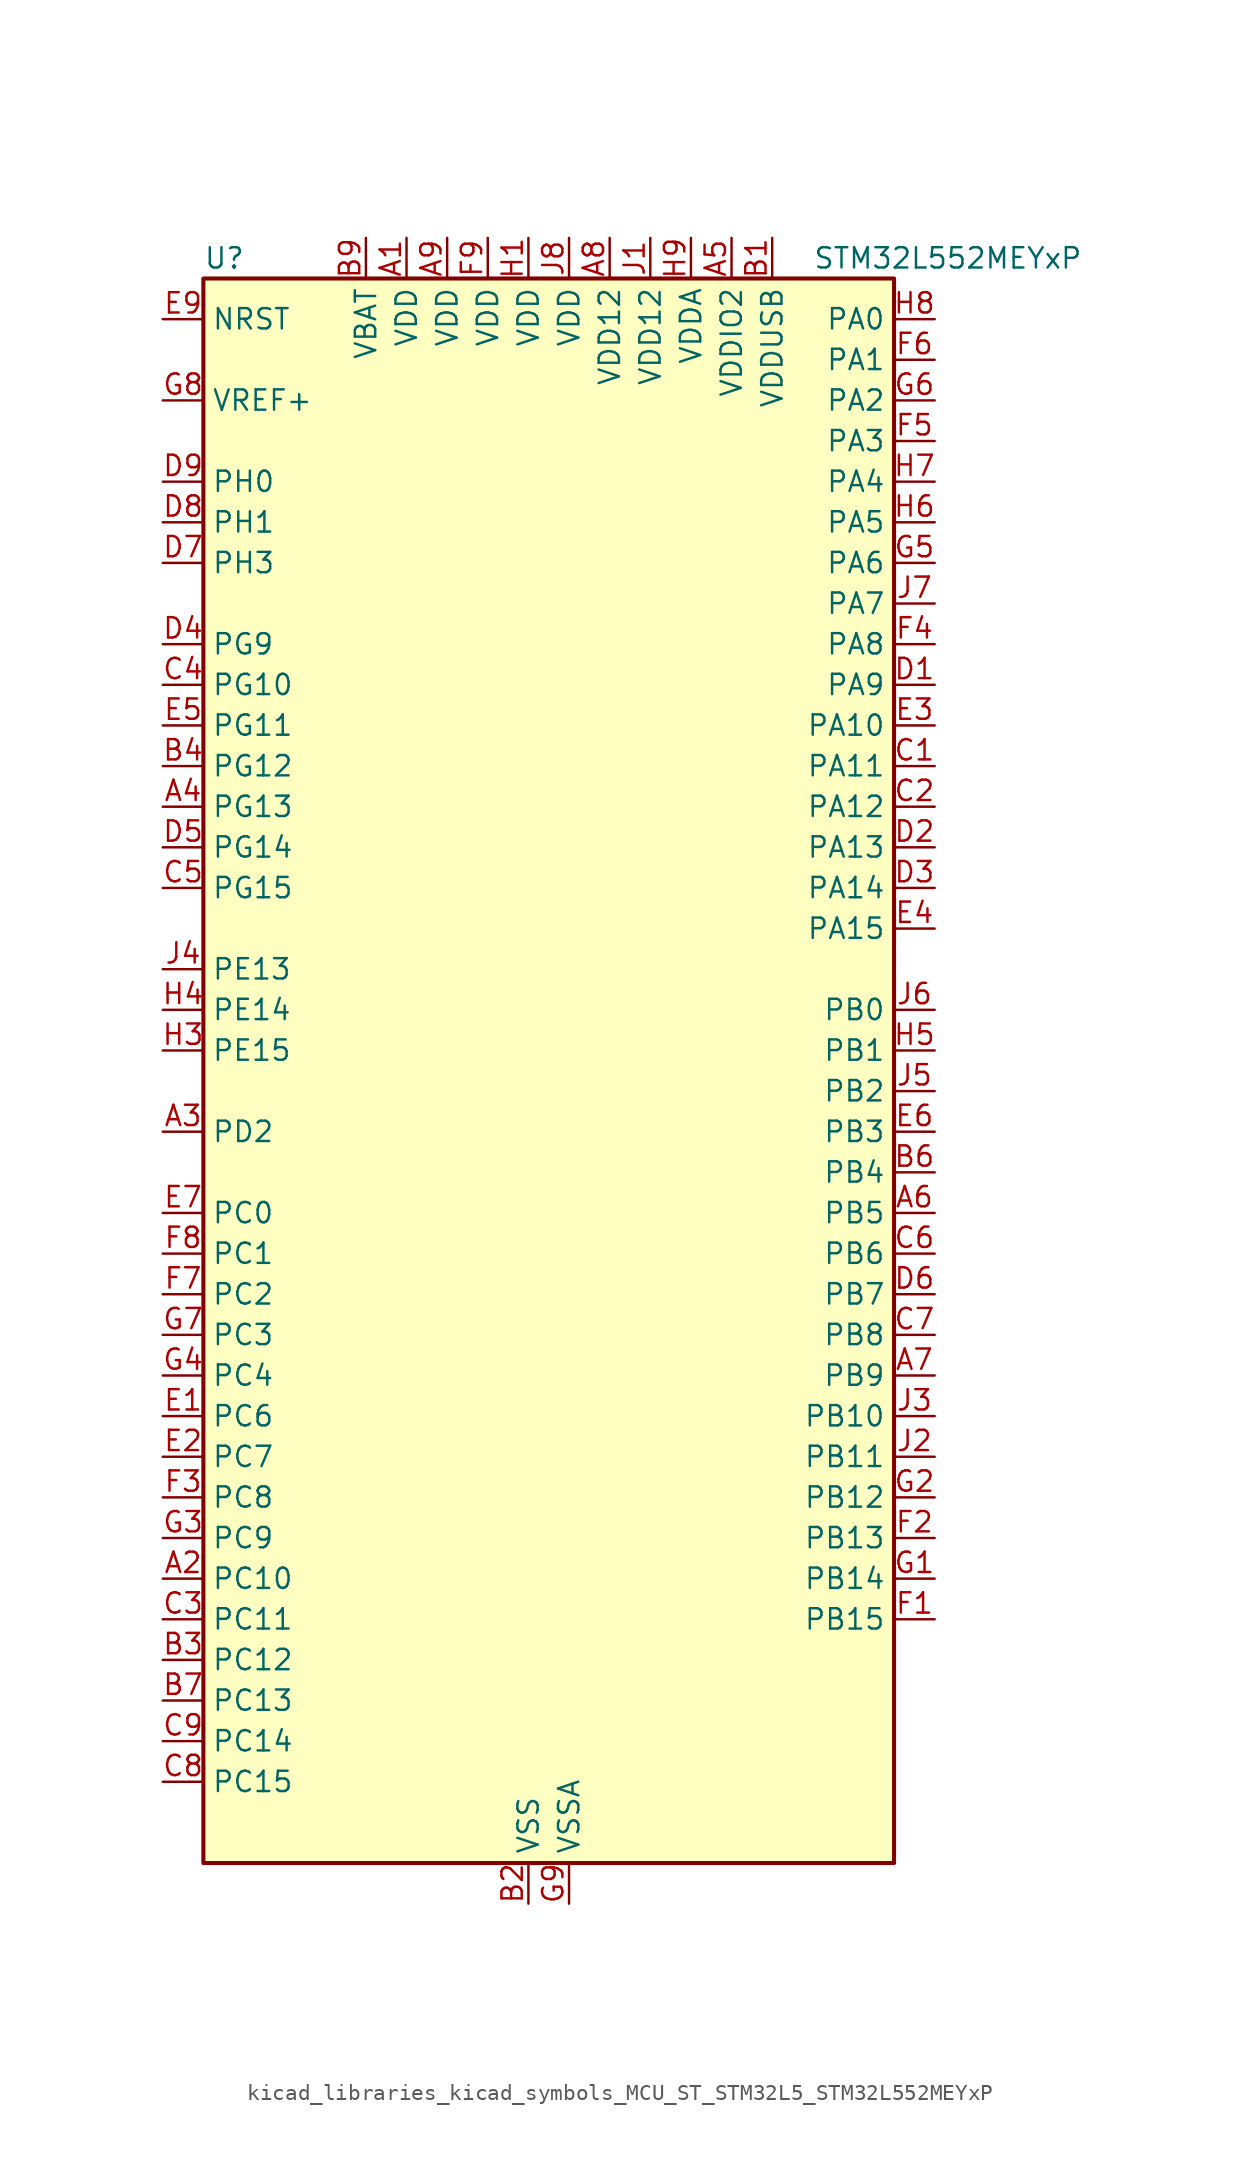
<source format=kicad_sym>
(kicad_symbol_lib
  (version 20220914)
  (generator kicad_symbol_editor)
  (symbol "kicad_libraries_kicad_symbols_MCU_ST_STM32L5_STM32L552MEYxP"
    (property "Reference" "U"
      (at -20.32 52.07 0)
      (effects (font (size 1.27 1.27)) (justify left)))
    (property "Value" "STM32L552MEYxP"
      (at 17.78 52.07 0)
      (effects (font (size 1.27 1.27)) (justify left)))
    (property "ki_locked" ""
      (at 0 0 0)
      (effects (font (size 1.27 1.27))))
    (symbol "kicad_libraries_kicad_symbols_MCU_ST_STM32L5_STM32L552MEYxP_0_1"
      (rectangle (start -20.32 -48.26) (end 22.86 50.8) (stroke (width 0.254) (type default)) (fill (type background))))
    (symbol "kicad_libraries_kicad_symbols_MCU_ST_STM32L5_STM32L552MEYxP_1_1"
      (pin power_in line (at -7.62 53.34 270) (length 2.54) (name "VDD" (effects (font (size 1.27 1.27)))) (number "A1" (effects (font (size 1.27 1.27)))))
      (pin bidirectional line (at -22.86 -30.48 0) (length 2.54) (name "PC10" (effects (font (size 1.27 1.27)))) (number "A2" (effects (font (size 1.27 1.27)))) (alternate "DEBUG_TRACED1" bidirectional line) (alternate "LPTIM3_ETR" bidirectional line) (alternate "SAI2_SCK_B" bidirectional line) (alternate "SDMMC1_D2" bidirectional line) (alternate "SPI3_SCK" bidirectional line) (alternate "TSC_G3_IO2" bidirectional line) (alternate "UART4_TX" bidirectional line) (alternate "USART3_TX" bidirectional line))
      (pin bidirectional line (at -22.86 -2.54 0) (length 2.54) (name "PD2" (effects (font (size 1.27 1.27)))) (number "A3" (effects (font (size 1.27 1.27)))) (alternate "DEBUG_TRACED2" bidirectional line) (alternate "SDMMC1_CMD" bidirectional line) (alternate "TIM3_ETR" bidirectional line) (alternate "TSC_SYNC" bidirectional line) (alternate "UART5_RX" bidirectional line) (alternate "USART3_DE" bidirectional line) (alternate "USART3_RTS" bidirectional line))
      (pin bidirectional line (at -22.86 17.78 0) (length 2.54) (name "PG13" (effects (font (size 1.27 1.27)))) (number "A4" (effects (font (size 1.27 1.27)))) (alternate "I2C1_SDA" bidirectional line) (alternate "USART1_CK" bidirectional line))
      (pin power_in line (at 12.7 53.34 270) (length 2.54) (name "VDDIO2" (effects (font (size 1.27 1.27)))) (number "A5" (effects (font (size 1.27 1.27)))))
      (pin bidirectional line (at 25.4 -7.62 180) (length 2.54) (name "PB5" (effects (font (size 1.27 1.27)))) (number "A6" (effects (font (size 1.27 1.27)))) (alternate "COMP2_OUT" bidirectional line) (alternate "I2C1_SMBA" bidirectional line) (alternate "LPTIM1_IN1" bidirectional line) (alternate "OCTOSPI1_NCLK" bidirectional line) (alternate "SAI1_SD_B" bidirectional line) (alternate "SPI1_MOSI" bidirectional line) (alternate "SPI3_MOSI" bidirectional line) (alternate "TIM16_BKIN" bidirectional line) (alternate "TIM3_CH2" bidirectional line) (alternate "TSC_G2_IO2" bidirectional line) (alternate "UART5_CTS" bidirectional line) (alternate "UCPD1_DBCC1" bidirectional line) (alternate "USART1_CK" bidirectional line))
      (pin bidirectional line (at 25.4 -17.78 180) (length 2.54) (name "PB9" (effects (font (size 1.27 1.27)))) (number "A7" (effects (font (size 1.27 1.27)))) (alternate "DAC1_EXTI9" bidirectional line) (alternate "FDCAN1_TX" bidirectional line) (alternate "I2C1_SDA" bidirectional line) (alternate "IR_OUT" bidirectional line) (alternate "SAI1_D2" bidirectional line) (alternate "SAI1_FS_A" bidirectional line) (alternate "SDMMC1_CDIR" bidirectional line) (alternate "SDMMC1_D5" bidirectional line) (alternate "SPI2_NSS" bidirectional line) (alternate "TIM17_CH1" bidirectional line) (alternate "TIM4_CH4" bidirectional line))
      (pin power_in line (at 5.08 53.34 270) (length 2.54) (name "VDD12" (effects (font (size 1.27 1.27)))) (number "A8" (effects (font (size 1.27 1.27)))))
      (pin power_in line (at -5.08 53.34 270) (length 2.54) (name "VDD" (effects (font (size 1.27 1.27)))) (number "A9" (effects (font (size 1.27 1.27)))))
      (pin power_in line (at 15.24 53.34 270) (length 2.54) (name "VDDUSB" (effects (font (size 1.27 1.27)))) (number "B1" (effects (font (size 1.27 1.27)))))
      (pin power_in line (at 0 -50.8 90) (length 2.54) (name "VSS" (effects (font (size 1.27 1.27)))) (number "B2" (effects (font (size 1.27 1.27)))))
      (pin bidirectional line (at -22.86 -35.56 0) (length 2.54) (name "PC12" (effects (font (size 1.27 1.27)))) (number "B3" (effects (font (size 1.27 1.27)))) (alternate "DEBUG_TRACED3" bidirectional line) (alternate "SAI2_SD_B" bidirectional line) (alternate "SDMMC1_CK" bidirectional line) (alternate "SPI3_MOSI" bidirectional line) (alternate "TSC_G3_IO4" bidirectional line) (alternate "UART5_TX" bidirectional line) (alternate "USART3_CK" bidirectional line))
      (pin bidirectional line (at -22.86 20.32 0) (length 2.54) (name "PG12" (effects (font (size 1.27 1.27)))) (number "B4" (effects (font (size 1.27 1.27)))) (alternate "LPTIM1_ETR" bidirectional line) (alternate "SAI2_SD_A" bidirectional line) (alternate "SPI3_NSS" bidirectional line) (alternate "USART1_DE" bidirectional line) (alternate "USART1_RTS" bidirectional line))
      (pin passive line (at 0 -50.8 90) (length 2.54) hide (name "VSS" (effects (font (size 1.27 1.27)))) (number "B5" (effects (font (size 1.27 1.27)))))
      (pin bidirectional line (at 25.4 -5.08 180) (length 2.54) (name "PB4" (effects (font (size 1.27 1.27)))) (number "B6" (effects (font (size 1.27 1.27)))) (alternate "COMP2_INP" bidirectional line) (alternate "DEBUG_JTRST" bidirectional line) (alternate "I2C3_SDA" bidirectional line) (alternate "SAI1_MCLK_B" bidirectional line) (alternate "SPI1_MISO" bidirectional line) (alternate "SPI3_MISO" bidirectional line) (alternate "TIM17_BKIN" bidirectional line) (alternate "TIM3_CH1" bidirectional line) (alternate "TSC_G2_IO1" bidirectional line) (alternate "UART5_DE" bidirectional line) (alternate "UART5_RTS" bidirectional line) (alternate "USART1_CTS" bidirectional line) (alternate "USART1_NSS" bidirectional line))
      (pin bidirectional line (at -22.86 -38.1 0) (length 2.54) (name "PC13" (effects (font (size 1.27 1.27)))) (number "B7" (effects (font (size 1.27 1.27)))) (alternate "PWR_WKUP2" bidirectional line) (alternate "RTC_OUT1" bidirectional line) (alternate "RTC_TS" bidirectional line) (alternate "TAMP_IN1" bidirectional line) (alternate "TAMP_OUT2" bidirectional line))
      (pin passive line (at 0 -50.8 90) (length 2.54) hide (name "VSS" (effects (font (size 1.27 1.27)))) (number "B8" (effects (font (size 1.27 1.27)))))
      (pin power_in line (at -10.16 53.34 270) (length 2.54) (name "VBAT" (effects (font (size 1.27 1.27)))) (number "B9" (effects (font (size 1.27 1.27)))))
      (pin bidirectional line (at 25.4 20.32 180) (length 2.54) (name "PA11" (effects (font (size 1.27 1.27)))) (number "C1" (effects (font (size 1.27 1.27)))) (alternate "ADC1_EXTI11" bidirectional line) (alternate "ADC2_EXTI11" bidirectional line) (alternate "FDCAN1_RX" bidirectional line) (alternate "SPI1_MISO" bidirectional line) (alternate "TIM1_BKIN2" bidirectional line) (alternate "TIM1_CH4" bidirectional line) (alternate "USART1_CTS" bidirectional line) (alternate "USART1_NSS" bidirectional line) (alternate "USB_DM" bidirectional line))
      (pin bidirectional line (at 25.4 17.78 180) (length 2.54) (name "PA12" (effects (font (size 1.27 1.27)))) (number "C2" (effects (font (size 1.27 1.27)))) (alternate "FDCAN1_TX" bidirectional line) (alternate "SPI1_MOSI" bidirectional line) (alternate "TIM1_ETR" bidirectional line) (alternate "USART1_DE" bidirectional line) (alternate "USART1_RTS" bidirectional line) (alternate "USB_DP" bidirectional line))
      (pin bidirectional line (at -22.86 -33.02 0) (length 2.54) (name "PC11" (effects (font (size 1.27 1.27)))) (number "C3" (effects (font (size 1.27 1.27)))) (alternate "ADC1_EXTI11" bidirectional line) (alternate "ADC2_EXTI11" bidirectional line) (alternate "LPTIM3_IN1" bidirectional line) (alternate "OCTOSPI1_NCS" bidirectional line) (alternate "SAI2_MCLK_B" bidirectional line) (alternate "SDMMC1_D3" bidirectional line) (alternate "SPI3_MISO" bidirectional line) (alternate "TSC_G3_IO3" bidirectional line) (alternate "UART4_RX" bidirectional line) (alternate "UCPD1_FRSTX2" bidirectional line) (alternate "USART3_RX" bidirectional line))
      (pin bidirectional line (at -22.86 25.4 0) (length 2.54) (name "PG10" (effects (font (size 1.27 1.27)))) (number "C4" (effects (font (size 1.27 1.27)))) (alternate "LPTIM1_IN1" bidirectional line) (alternate "SAI2_FS_A" bidirectional line) (alternate "SPI3_MISO" bidirectional line) (alternate "TIM15_CH1" bidirectional line) (alternate "USART1_RX" bidirectional line))
      (pin bidirectional line (at -22.86 12.7 0) (length 2.54) (name "PG15" (effects (font (size 1.27 1.27)))) (number "C5" (effects (font (size 1.27 1.27)))) (alternate "ADC1_EXTI15" bidirectional line) (alternate "ADC2_EXTI15" bidirectional line) (alternate "I2C1_SMBA" bidirectional line) (alternate "LPTIM1_OUT" bidirectional line))
      (pin bidirectional line (at 25.4 -10.16 180) (length 2.54) (name "PB6" (effects (font (size 1.27 1.27)))) (number "C6" (effects (font (size 1.27 1.27)))) (alternate "COMP2_INP" bidirectional line) (alternate "I2C1_SCL" bidirectional line) (alternate "I2C4_SCL" bidirectional line) (alternate "LPTIM1_ETR" bidirectional line) (alternate "SAI1_FS_B" bidirectional line) (alternate "TIM16_CH1N" bidirectional line) (alternate "TIM4_CH1" bidirectional line) (alternate "TIM8_BKIN2" bidirectional line) (alternate "TSC_G2_IO3" bidirectional line) (alternate "USART1_TX" bidirectional line))
      (pin bidirectional line (at 25.4 -15.24 180) (length 2.54) (name "PB8" (effects (font (size 1.27 1.27)))) (number "C7" (effects (font (size 1.27 1.27)))) (alternate "DFSDM1_CKOUT" bidirectional line) (alternate "FDCAN1_RX" bidirectional line) (alternate "I2C1_SCL" bidirectional line) (alternate "SAI1_CK1" bidirectional line) (alternate "SAI1_MCLK_A" bidirectional line) (alternate "SDMMC1_CKIN" bidirectional line) (alternate "SDMMC1_D4" bidirectional line) (alternate "TIM16_CH1" bidirectional line) (alternate "TIM4_CH3" bidirectional line))
      (pin bidirectional line (at -22.86 -43.18 0) (length 2.54) (name "PC15" (effects (font (size 1.27 1.27)))) (number "C8" (effects (font (size 1.27 1.27)))) (alternate "ADC1_EXTI15" bidirectional line) (alternate "ADC2_EXTI15" bidirectional line) (alternate "RCC_OSC32_OUT" bidirectional line))
      (pin bidirectional line (at -22.86 -40.64 0) (length 2.54) (name "PC14" (effects (font (size 1.27 1.27)))) (number "C9" (effects (font (size 1.27 1.27)))) (alternate "RCC_OSC32_IN" bidirectional line))
      (pin bidirectional line (at 25.4 25.4 180) (length 2.54) (name "PA9" (effects (font (size 1.27 1.27)))) (number "D1" (effects (font (size 1.27 1.27)))) (alternate "DAC1_EXTI9" bidirectional line) (alternate "SAI1_FS_A" bidirectional line) (alternate "SPI2_SCK" bidirectional line) (alternate "TIM15_BKIN" bidirectional line) (alternate "TIM1_CH2" bidirectional line) (alternate "USART1_TX" bidirectional line))
      (pin bidirectional line (at 25.4 15.24 180) (length 2.54) (name "PA13" (effects (font (size 1.27 1.27)))) (number "D2" (effects (font (size 1.27 1.27)))) (alternate "DEBUG_JTMS-SWDIO" bidirectional line) (alternate "IR_OUT" bidirectional line) (alternate "SAI1_SD_B" bidirectional line) (alternate "USB_NOE" bidirectional line))
      (pin bidirectional line (at 25.4 12.7 180) (length 2.54) (name "PA14" (effects (font (size 1.27 1.27)))) (number "D3" (effects (font (size 1.27 1.27)))) (alternate "DEBUG_JTCK-SWCLK" bidirectional line) (alternate "I2C1_SMBA" bidirectional line) (alternate "I2C4_SMBA" bidirectional line) (alternate "LPTIM1_OUT" bidirectional line) (alternate "SAI1_FS_B" bidirectional line))
      (pin bidirectional line (at -22.86 27.94 0) (length 2.54) (name "PG9" (effects (font (size 1.27 1.27)))) (number "D4" (effects (font (size 1.27 1.27)))) (alternate "DAC1_EXTI9" bidirectional line) (alternate "SAI2_SCK_A" bidirectional line) (alternate "SPI3_SCK" bidirectional line) (alternate "TIM15_CH1N" bidirectional line) (alternate "USART1_TX" bidirectional line))
      (pin bidirectional line (at -22.86 15.24 0) (length 2.54) (name "PG14" (effects (font (size 1.27 1.27)))) (number "D5" (effects (font (size 1.27 1.27)))) (alternate "I2C1_SCL" bidirectional line))
      (pin bidirectional line (at 25.4 -12.7 180) (length 2.54) (name "PB7" (effects (font (size 1.27 1.27)))) (number "D6" (effects (font (size 1.27 1.27)))) (alternate "COMP2_INM" bidirectional line) (alternate "I2C1_SDA" bidirectional line) (alternate "I2C4_SDA" bidirectional line) (alternate "LPTIM1_IN2" bidirectional line) (alternate "PWR_PVD_IN" bidirectional line) (alternate "TIM17_CH1N" bidirectional line) (alternate "TIM4_CH2" bidirectional line) (alternate "TIM8_BKIN" bidirectional line) (alternate "TSC_G2_IO4" bidirectional line) (alternate "UART4_CTS" bidirectional line) (alternate "USART1_RX" bidirectional line))
      (pin bidirectional line (at -22.86 33.02 0) (length 2.54) (name "PH3" (effects (font (size 1.27 1.27)))) (number "D7" (effects (font (size 1.27 1.27)))))
      (pin bidirectional line (at -22.86 35.56 0) (length 2.54) (name "PH1" (effects (font (size 1.27 1.27)))) (number "D8" (effects (font (size 1.27 1.27)))) (alternate "RCC_OSC_OUT" bidirectional line))
      (pin bidirectional line (at -22.86 38.1 0) (length 2.54) (name "PH0" (effects (font (size 1.27 1.27)))) (number "D9" (effects (font (size 1.27 1.27)))) (alternate "RCC_OSC_IN" bidirectional line))
      (pin bidirectional line (at -22.86 -20.32 0) (length 2.54) (name "PC6" (effects (font (size 1.27 1.27)))) (number "E1" (effects (font (size 1.27 1.27)))) (alternate "DFSDM1_CKIN3" bidirectional line) (alternate "SAI2_MCLK_A" bidirectional line) (alternate "SDMMC1_D0DIR" bidirectional line) (alternate "SDMMC1_D6" bidirectional line) (alternate "TIM3_CH1" bidirectional line) (alternate "TIM8_CH1" bidirectional line) (alternate "TSC_G4_IO1" bidirectional line))
      (pin bidirectional line (at -22.86 -22.86 0) (length 2.54) (name "PC7" (effects (font (size 1.27 1.27)))) (number "E2" (effects (font (size 1.27 1.27)))) (alternate "DFSDM1_DATIN3" bidirectional line) (alternate "SAI2_MCLK_B" bidirectional line) (alternate "SDMMC1_D123DIR" bidirectional line) (alternate "SDMMC1_D7" bidirectional line) (alternate "TIM3_CH2" bidirectional line) (alternate "TIM8_CH2" bidirectional line) (alternate "TSC_G4_IO2" bidirectional line))
      (pin bidirectional line (at 25.4 22.86 180) (length 2.54) (name "PA10" (effects (font (size 1.27 1.27)))) (number "E3" (effects (font (size 1.27 1.27)))) (alternate "CRS_SYNC" bidirectional line) (alternate "SAI1_D1" bidirectional line) (alternate "SAI1_SD_A" bidirectional line) (alternate "TIM17_BKIN" bidirectional line) (alternate "TIM1_CH3" bidirectional line) (alternate "USART1_RX" bidirectional line))
      (pin bidirectional line (at 25.4 10.16 180) (length 2.54) (name "PA15" (effects (font (size 1.27 1.27)))) (number "E4" (effects (font (size 1.27 1.27)))) (alternate "ADC1_EXTI15" bidirectional line) (alternate "ADC2_EXTI15" bidirectional line) (alternate "DEBUG_JTDI" bidirectional line) (alternate "SAI2_FS_B" bidirectional line) (alternate "SPI1_NSS" bidirectional line) (alternate "SPI3_NSS" bidirectional line) (alternate "TIM2_CH1" bidirectional line) (alternate "TIM2_ETR" bidirectional line) (alternate "UART4_DE" bidirectional line) (alternate "UART4_RTS" bidirectional line) (alternate "UCPD1_CC1" bidirectional line) (alternate "USART2_RX" bidirectional line) (alternate "USART3_DE" bidirectional line) (alternate "USART3_RTS" bidirectional line))
      (pin bidirectional line (at -22.86 22.86 0) (length 2.54) (name "PG11" (effects (font (size 1.27 1.27)))) (number "E5" (effects (font (size 1.27 1.27)))) (alternate "ADC1_EXTI11" bidirectional line) (alternate "ADC2_EXTI11" bidirectional line) (alternate "LPTIM1_IN2" bidirectional line) (alternate "OCTOSPI1_IO5" bidirectional line) (alternate "SAI2_MCLK_A" bidirectional line) (alternate "SPI3_MOSI" bidirectional line) (alternate "TIM15_CH2" bidirectional line) (alternate "USART1_CTS" bidirectional line) (alternate "USART1_NSS" bidirectional line))
      (pin bidirectional line (at 25.4 -2.54 180) (length 2.54) (name "PB3" (effects (font (size 1.27 1.27)))) (number "E6" (effects (font (size 1.27 1.27)))) (alternate "COMP2_INM" bidirectional line) (alternate "CRS_SYNC" bidirectional line) (alternate "DEBUG_JTDO-SWO" bidirectional line) (alternate "SAI1_SCK_B" bidirectional line) (alternate "SPI1_SCK" bidirectional line) (alternate "SPI3_SCK" bidirectional line) (alternate "TIM2_CH2" bidirectional line) (alternate "USART1_DE" bidirectional line) (alternate "USART1_RTS" bidirectional line))
      (pin bidirectional line (at -22.86 -7.62 0) (length 2.54) (name "PC0" (effects (font (size 1.27 1.27)))) (number "E7" (effects (font (size 1.27 1.27)))) (alternate "ADC1_IN1" bidirectional line) (alternate "ADC2_IN1" bidirectional line) (alternate "I2C3_SCL" bidirectional line) (alternate "LPTIM1_IN1" bidirectional line) (alternate "LPTIM2_IN1" bidirectional line) (alternate "LPUART1_RX" bidirectional line) (alternate "OCTOSPI1_IO7" bidirectional line) (alternate "SAI2_FS_A" bidirectional line) (alternate "SDMMC1_D5" bidirectional line))
      (pin passive line (at 0 -50.8 90) (length 2.54) hide (name "VSS" (effects (font (size 1.27 1.27)))) (number "E8" (effects (font (size 1.27 1.27)))))
      (pin input line (at -22.86 48.26 0) (length 2.54) (name "NRST" (effects (font (size 1.27 1.27)))) (number "E9" (effects (font (size 1.27 1.27)))))
      (pin bidirectional line (at 25.4 -33.02 180) (length 2.54) (name "PB15" (effects (font (size 1.27 1.27)))) (number "F1" (effects (font (size 1.27 1.27)))) (alternate "ADC1_EXTI15" bidirectional line) (alternate "ADC2_EXTI15" bidirectional line) (alternate "DFSDM1_CKIN2" bidirectional line) (alternate "RTC_REFIN" bidirectional line) (alternate "SAI2_SD_A" bidirectional line) (alternate "SPI2_MOSI" bidirectional line) (alternate "TIM15_CH2" bidirectional line) (alternate "TIM1_CH3N" bidirectional line) (alternate "TIM8_CH3N" bidirectional line) (alternate "UCPD1_CC2" bidirectional line))
      (pin bidirectional line (at 25.4 -27.94 180) (length 2.54) (name "PB13" (effects (font (size 1.27 1.27)))) (number "F2" (effects (font (size 1.27 1.27)))) (alternate "DFSDM1_CKIN1" bidirectional line) (alternate "I2C2_SCL" bidirectional line) (alternate "LPTIM3_IN1" bidirectional line) (alternate "LPUART1_CTS" bidirectional line) (alternate "SAI2_SCK_A" bidirectional line) (alternate "SPI2_SCK" bidirectional line) (alternate "TIM15_CH1N" bidirectional line) (alternate "TIM1_CH1N" bidirectional line) (alternate "TSC_G1_IO2" bidirectional line) (alternate "UCPD1_FRSTX2" bidirectional line) (alternate "USART3_CTS" bidirectional line) (alternate "USART3_NSS" bidirectional line))
      (pin bidirectional line (at -22.86 -25.4 0) (length 2.54) (name "PC8" (effects (font (size 1.27 1.27)))) (number "F3" (effects (font (size 1.27 1.27)))) (alternate "SDMMC1_D0" bidirectional line) (alternate "TIM3_CH3" bidirectional line) (alternate "TIM8_CH3" bidirectional line) (alternate "TSC_G4_IO3" bidirectional line))
      (pin bidirectional line (at 25.4 27.94 180) (length 2.54) (name "PA8" (effects (font (size 1.27 1.27)))) (number "F4" (effects (font (size 1.27 1.27)))) (alternate "LPTIM2_OUT" bidirectional line) (alternate "RCC_MCO" bidirectional line) (alternate "SAI1_CK2" bidirectional line) (alternate "SAI1_SCK_A" bidirectional line) (alternate "TIM1_CH1" bidirectional line) (alternate "USART1_CK" bidirectional line))
      (pin bidirectional line (at 25.4 40.64 180) (length 2.54) (name "PA3" (effects (font (size 1.27 1.27)))) (number "F5" (effects (font (size 1.27 1.27)))) (alternate "ADC1_IN8" bidirectional line) (alternate "ADC2_IN8" bidirectional line) (alternate "LPUART1_RX" bidirectional line) (alternate "OCTOSPI1_CLK" bidirectional line) (alternate "OPAMP1_VOUT" bidirectional line) (alternate "SAI1_CK1" bidirectional line) (alternate "SAI1_MCLK_A" bidirectional line) (alternate "TIM15_CH2" bidirectional line) (alternate "TIM2_CH4" bidirectional line) (alternate "TIM5_CH4" bidirectional line) (alternate "USART2_RX" bidirectional line))
      (pin bidirectional line (at 25.4 45.72 180) (length 2.54) (name "PA1" (effects (font (size 1.27 1.27)))) (number "F6" (effects (font (size 1.27 1.27)))) (alternate "ADC1_IN6" bidirectional line) (alternate "ADC2_IN6" bidirectional line) (alternate "I2C1_SMBA" bidirectional line) (alternate "OCTOSPI1_DQS" bidirectional line) (alternate "OPAMP1_VINM" bidirectional line) (alternate "SPI1_SCK" bidirectional line) (alternate "TAMP_IN5" bidirectional line) (alternate "TAMP_OUT4" bidirectional line) (alternate "TIM15_CH1N" bidirectional line) (alternate "TIM2_CH2" bidirectional line) (alternate "TIM5_CH2" bidirectional line) (alternate "UART4_RX" bidirectional line) (alternate "USART2_DE" bidirectional line) (alternate "USART2_RTS" bidirectional line))
      (pin bidirectional line (at -22.86 -12.7 0) (length 2.54) (name "PC2" (effects (font (size 1.27 1.27)))) (number "F7" (effects (font (size 1.27 1.27)))) (alternate "ADC1_IN3" bidirectional line) (alternate "ADC2_IN3" bidirectional line) (alternate "DFSDM1_CKOUT" bidirectional line) (alternate "LPTIM1_IN2" bidirectional line) (alternate "OCTOSPI1_IO5" bidirectional line) (alternate "SPI2_MISO" bidirectional line))
      (pin bidirectional line (at -22.86 -10.16 0) (length 2.54) (name "PC1" (effects (font (size 1.27 1.27)))) (number "F8" (effects (font (size 1.27 1.27)))) (alternate "ADC1_IN2" bidirectional line) (alternate "ADC2_IN2" bidirectional line) (alternate "DEBUG_TRACED0" bidirectional line) (alternate "I2C3_SDA" bidirectional line) (alternate "LPTIM1_OUT" bidirectional line) (alternate "LPUART1_TX" bidirectional line) (alternate "OCTOSPI1_IO4" bidirectional line) (alternate "SAI1_SD_A" bidirectional line) (alternate "SPI2_MOSI" bidirectional line))
      (pin power_in line (at -2.54 53.34 270) (length 2.54) (name "VDD" (effects (font (size 1.27 1.27)))) (number "F9" (effects (font (size 1.27 1.27)))))
      (pin bidirectional line (at 25.4 -30.48 180) (length 2.54) (name "PB14" (effects (font (size 1.27 1.27)))) (number "G1" (effects (font (size 1.27 1.27)))) (alternate "DFSDM1_DATIN2" bidirectional line) (alternate "I2C2_SDA" bidirectional line) (alternate "LPTIM3_ETR" bidirectional line) (alternate "SAI2_MCLK_A" bidirectional line) (alternate "SPI2_MISO" bidirectional line) (alternate "TIM15_CH1" bidirectional line) (alternate "TIM1_CH2N" bidirectional line) (alternate "TIM8_CH2N" bidirectional line) (alternate "TSC_G1_IO3" bidirectional line) (alternate "UCPD1_DBCC2" bidirectional line) (alternate "USART3_DE" bidirectional line) (alternate "USART3_RTS" bidirectional line))
      (pin bidirectional line (at 25.4 -25.4 180) (length 2.54) (name "PB12" (effects (font (size 1.27 1.27)))) (number "G2" (effects (font (size 1.27 1.27)))) (alternate "DFSDM1_DATIN1" bidirectional line) (alternate "I2C2_SMBA" bidirectional line) (alternate "LPUART1_DE" bidirectional line) (alternate "LPUART1_RTS" bidirectional line) (alternate "OCTOSPI1_NCLK" bidirectional line) (alternate "SAI2_FS_A" bidirectional line) (alternate "SPI2_NSS" bidirectional line) (alternate "TIM15_BKIN" bidirectional line) (alternate "TIM1_BKIN" bidirectional line) (alternate "TSC_G1_IO1" bidirectional line) (alternate "USART3_CK" bidirectional line))
      (pin bidirectional line (at -22.86 -27.94 0) (length 2.54) (name "PC9" (effects (font (size 1.27 1.27)))) (number "G3" (effects (font (size 1.27 1.27)))) (alternate "DAC1_EXTI9" bidirectional line) (alternate "DEBUG_TRACED0" bidirectional line) (alternate "SAI2_EXTCLK" bidirectional line) (alternate "SDMMC1_D1" bidirectional line) (alternate "TIM3_CH4" bidirectional line) (alternate "TIM8_BKIN2" bidirectional line) (alternate "TIM8_CH4" bidirectional line) (alternate "TSC_G4_IO4" bidirectional line) (alternate "USB_NOE" bidirectional line))
      (pin bidirectional line (at -22.86 -17.78 0) (length 2.54) (name "PC4" (effects (font (size 1.27 1.27)))) (number "G4" (effects (font (size 1.27 1.27)))) (alternate "ADC1_IN13" bidirectional line) (alternate "ADC2_IN13" bidirectional line) (alternate "COMP1_INM" bidirectional line) (alternate "OCTOSPI1_IO7" bidirectional line) (alternate "USART3_TX" bidirectional line))
      (pin bidirectional line (at 25.4 33.02 180) (length 2.54) (name "PA6" (effects (font (size 1.27 1.27)))) (number "G5" (effects (font (size 1.27 1.27)))) (alternate "ADC1_IN11" bidirectional line) (alternate "ADC2_IN11" bidirectional line) (alternate "LPUART1_CTS" bidirectional line) (alternate "OCTOSPI1_IO3" bidirectional line) (alternate "OPAMP2_VINP" bidirectional line) (alternate "SPI1_MISO" bidirectional line) (alternate "TIM16_CH1" bidirectional line) (alternate "TIM1_BKIN" bidirectional line) (alternate "TIM3_CH1" bidirectional line) (alternate "TIM8_BKIN" bidirectional line) (alternate "USART3_CTS" bidirectional line) (alternate "USART3_NSS" bidirectional line))
      (pin bidirectional line (at 25.4 43.18 180) (length 2.54) (name "PA2" (effects (font (size 1.27 1.27)))) (number "G6" (effects (font (size 1.27 1.27)))) (alternate "ADC1_IN7" bidirectional line) (alternate "ADC2_IN7" bidirectional line) (alternate "COMP1_INP" bidirectional line) (alternate "LPUART1_TX" bidirectional line) (alternate "OCTOSPI1_NCS" bidirectional line) (alternate "PWR_WKUP4" bidirectional line) (alternate "RCC_LSCO" bidirectional line) (alternate "SAI2_EXTCLK" bidirectional line) (alternate "TIM15_CH1" bidirectional line) (alternate "TIM2_CH3" bidirectional line) (alternate "TIM5_CH3" bidirectional line) (alternate "UCPD1_FRSTX1" bidirectional line) (alternate "USART2_TX" bidirectional line))
      (pin bidirectional line (at -22.86 -15.24 0) (length 2.54) (name "PC3" (effects (font (size 1.27 1.27)))) (number "G7" (effects (font (size 1.27 1.27)))) (alternate "ADC1_IN4" bidirectional line) (alternate "ADC2_IN4" bidirectional line) (alternate "LPTIM1_ETR" bidirectional line) (alternate "LPTIM2_ETR" bidirectional line) (alternate "LPTIM3_OUT" bidirectional line) (alternate "OCTOSPI1_IO6" bidirectional line) (alternate "SAI1_D1" bidirectional line) (alternate "SAI1_SD_A" bidirectional line) (alternate "SPI2_MOSI" bidirectional line))
      (pin input line (at -22.86 43.18 0) (length 2.54) (name "VREF+" (effects (font (size 1.27 1.27)))) (number "G8" (effects (font (size 1.27 1.27)))))
      (pin power_in line (at 2.54 -50.8 90) (length 2.54) (name "VSSA" (effects (font (size 1.27 1.27)))) (number "G9" (effects (font (size 1.27 1.27)))))
      (pin power_in line (at 0 53.34 270) (length 2.54) (name "VDD" (effects (font (size 1.27 1.27)))) (number "H1" (effects (font (size 1.27 1.27)))))
      (pin passive line (at 0 -50.8 90) (length 2.54) hide (name "VSS" (effects (font (size 1.27 1.27)))) (number "H2" (effects (font (size 1.27 1.27)))))
      (pin bidirectional line (at -22.86 2.54 0) (length 2.54) (name "PE15" (effects (font (size 1.27 1.27)))) (number "H3" (effects (font (size 1.27 1.27)))) (alternate "ADC1_EXTI15" bidirectional line) (alternate "ADC2_EXTI15" bidirectional line) (alternate "OCTOSPI1_IO3" bidirectional line) (alternate "SPI1_MOSI" bidirectional line) (alternate "TIM1_BKIN" bidirectional line))
      (pin bidirectional line (at -22.86 5.08 0) (length 2.54) (name "PE14" (effects (font (size 1.27 1.27)))) (number "H4" (effects (font (size 1.27 1.27)))) (alternate "OCTOSPI1_IO2" bidirectional line) (alternate "SPI1_MISO" bidirectional line) (alternate "TIM1_BKIN2" bidirectional line) (alternate "TIM1_CH4" bidirectional line))
      (pin bidirectional line (at 25.4 2.54 180) (length 2.54) (name "PB1" (effects (font (size 1.27 1.27)))) (number "H5" (effects (font (size 1.27 1.27)))) (alternate "ADC1_IN16" bidirectional line) (alternate "ADC2_IN16" bidirectional line) (alternate "COMP1_INM" bidirectional line) (alternate "DFSDM1_DATIN0" bidirectional line) (alternate "LPTIM2_IN1" bidirectional line) (alternate "LPUART1_DE" bidirectional line) (alternate "LPUART1_RTS" bidirectional line) (alternate "OCTOSPI1_IO0" bidirectional line) (alternate "TIM1_CH3N" bidirectional line) (alternate "TIM3_CH4" bidirectional line) (alternate "TIM8_CH3N" bidirectional line) (alternate "USART3_DE" bidirectional line) (alternate "USART3_RTS" bidirectional line))
      (pin bidirectional line (at 25.4 35.56 180) (length 2.54) (name "PA5" (effects (font (size 1.27 1.27)))) (number "H6" (effects (font (size 1.27 1.27)))) (alternate "ADC1_IN10" bidirectional line) (alternate "ADC2_IN10" bidirectional line) (alternate "DAC1_OUT2" bidirectional line) (alternate "LPTIM2_ETR" bidirectional line) (alternate "SPI1_SCK" bidirectional line) (alternate "TIM2_CH1" bidirectional line) (alternate "TIM2_ETR" bidirectional line) (alternate "TIM8_CH1N" bidirectional line))
      (pin bidirectional line (at 25.4 38.1 180) (length 2.54) (name "PA4" (effects (font (size 1.27 1.27)))) (number "H7" (effects (font (size 1.27 1.27)))) (alternate "ADC1_IN9" bidirectional line) (alternate "ADC2_IN9" bidirectional line) (alternate "DAC1_OUT1" bidirectional line) (alternate "LPTIM2_OUT" bidirectional line) (alternate "OCTOSPI1_NCS" bidirectional line) (alternate "SAI1_FS_B" bidirectional line) (alternate "SPI1_NSS" bidirectional line) (alternate "SPI3_NSS" bidirectional line) (alternate "USART2_CK" bidirectional line))
      (pin bidirectional line (at 25.4 48.26 180) (length 2.54) (name "PA0" (effects (font (size 1.27 1.27)))) (number "H8" (effects (font (size 1.27 1.27)))) (alternate "ADC1_IN5" bidirectional line) (alternate "ADC2_IN5" bidirectional line) (alternate "OPAMP1_VINP" bidirectional line) (alternate "PWR_WKUP1" bidirectional line) (alternate "SAI1_EXTCLK" bidirectional line) (alternate "TAMP_IN2" bidirectional line) (alternate "TAMP_OUT1" bidirectional line) (alternate "TIM2_CH1" bidirectional line) (alternate "TIM2_ETR" bidirectional line) (alternate "TIM5_CH1" bidirectional line) (alternate "TIM8_ETR" bidirectional line) (alternate "UART4_TX" bidirectional line) (alternate "USART2_CTS" bidirectional line) (alternate "USART2_NSS" bidirectional line))
      (pin power_in line (at 10.16 53.34 270) (length 2.54) (name "VDDA" (effects (font (size 1.27 1.27)))) (number "H9" (effects (font (size 1.27 1.27)))))
      (pin power_in line (at 7.62 53.34 270) (length 2.54) (name "VDD12" (effects (font (size 1.27 1.27)))) (number "J1" (effects (font (size 1.27 1.27)))))
      (pin bidirectional line (at 25.4 -22.86 180) (length 2.54) (name "PB11" (effects (font (size 1.27 1.27)))) (number "J2" (effects (font (size 1.27 1.27)))) (alternate "ADC1_EXTI11" bidirectional line) (alternate "ADC2_EXTI11" bidirectional line) (alternate "COMP2_OUT" bidirectional line) (alternate "I2C2_SDA" bidirectional line) (alternate "I2C4_SDA" bidirectional line) (alternate "LPUART1_TX" bidirectional line) (alternate "OCTOSPI1_NCS" bidirectional line) (alternate "TIM2_CH4" bidirectional line) (alternate "USART3_RX" bidirectional line))
      (pin bidirectional line (at 25.4 -20.32 180) (length 2.54) (name "PB10" (effects (font (size 1.27 1.27)))) (number "J3" (effects (font (size 1.27 1.27)))) (alternate "COMP1_OUT" bidirectional line) (alternate "I2C2_SCL" bidirectional line) (alternate "I2C4_SCL" bidirectional line) (alternate "LPTIM3_OUT" bidirectional line) (alternate "LPUART1_RX" bidirectional line) (alternate "OCTOSPI1_CLK" bidirectional line) (alternate "SAI1_SCK_A" bidirectional line) (alternate "SPI2_SCK" bidirectional line) (alternate "TIM2_CH3" bidirectional line) (alternate "TSC_SYNC" bidirectional line) (alternate "USART3_TX" bidirectional line))
      (pin bidirectional line (at -22.86 7.62 0) (length 2.54) (name "PE13" (effects (font (size 1.27 1.27)))) (number "J4" (effects (font (size 1.27 1.27)))) (alternate "OCTOSPI1_IO1" bidirectional line) (alternate "SPI1_SCK" bidirectional line) (alternate "TIM1_CH3" bidirectional line) (alternate "TSC_G5_IO4" bidirectional line))
      (pin bidirectional line (at 25.4 0 180) (length 2.54) (name "PB2" (effects (font (size 1.27 1.27)))) (number "J5" (effects (font (size 1.27 1.27)))) (alternate "COMP1_INP" bidirectional line) (alternate "DFSDM1_CKIN0" bidirectional line) (alternate "I2C3_SMBA" bidirectional line) (alternate "LPTIM1_OUT" bidirectional line) (alternate "OCTOSPI1_DQS" bidirectional line) (alternate "RTC_OUT2" bidirectional line) (alternate "UCPD1_FRSTX1" bidirectional line))
      (pin bidirectional line (at 25.4 5.08 180) (length 2.54) (name "PB0" (effects (font (size 1.27 1.27)))) (number "J6" (effects (font (size 1.27 1.27)))) (alternate "ADC1_IN15" bidirectional line) (alternate "ADC2_IN15" bidirectional line) (alternate "COMP1_OUT" bidirectional line) (alternate "OCTOSPI1_IO1" bidirectional line) (alternate "OPAMP2_VOUT" bidirectional line) (alternate "SAI1_EXTCLK" bidirectional line) (alternate "SPI1_NSS" bidirectional line) (alternate "TIM1_CH2N" bidirectional line) (alternate "TIM3_CH3" bidirectional line) (alternate "TIM8_CH2N" bidirectional line) (alternate "USART3_CK" bidirectional line))
      (pin bidirectional line (at 25.4 30.48 180) (length 2.54) (name "PA7" (effects (font (size 1.27 1.27)))) (number "J7" (effects (font (size 1.27 1.27)))) (alternate "ADC1_IN12" bidirectional line) (alternate "ADC2_IN12" bidirectional line) (alternate "I2C3_SCL" bidirectional line) (alternate "OCTOSPI1_IO2" bidirectional line) (alternate "OPAMP2_VINM" bidirectional line) (alternate "SPI1_MOSI" bidirectional line) (alternate "TIM17_CH1" bidirectional line) (alternate "TIM1_CH1N" bidirectional line) (alternate "TIM3_CH2" bidirectional line) (alternate "TIM8_CH1N" bidirectional line))
      (pin power_in line (at 2.54 53.34 270) (length 2.54) (name "VDD" (effects (font (size 1.27 1.27)))) (number "J8" (effects (font (size 1.27 1.27)))))
      (pin passive line (at 0 -50.8 90) (length 2.54) hide (name "VSS" (effects (font (size 1.27 1.27)))) (number "J9" (effects (font (size 1.27 1.27))))))))
</source>
